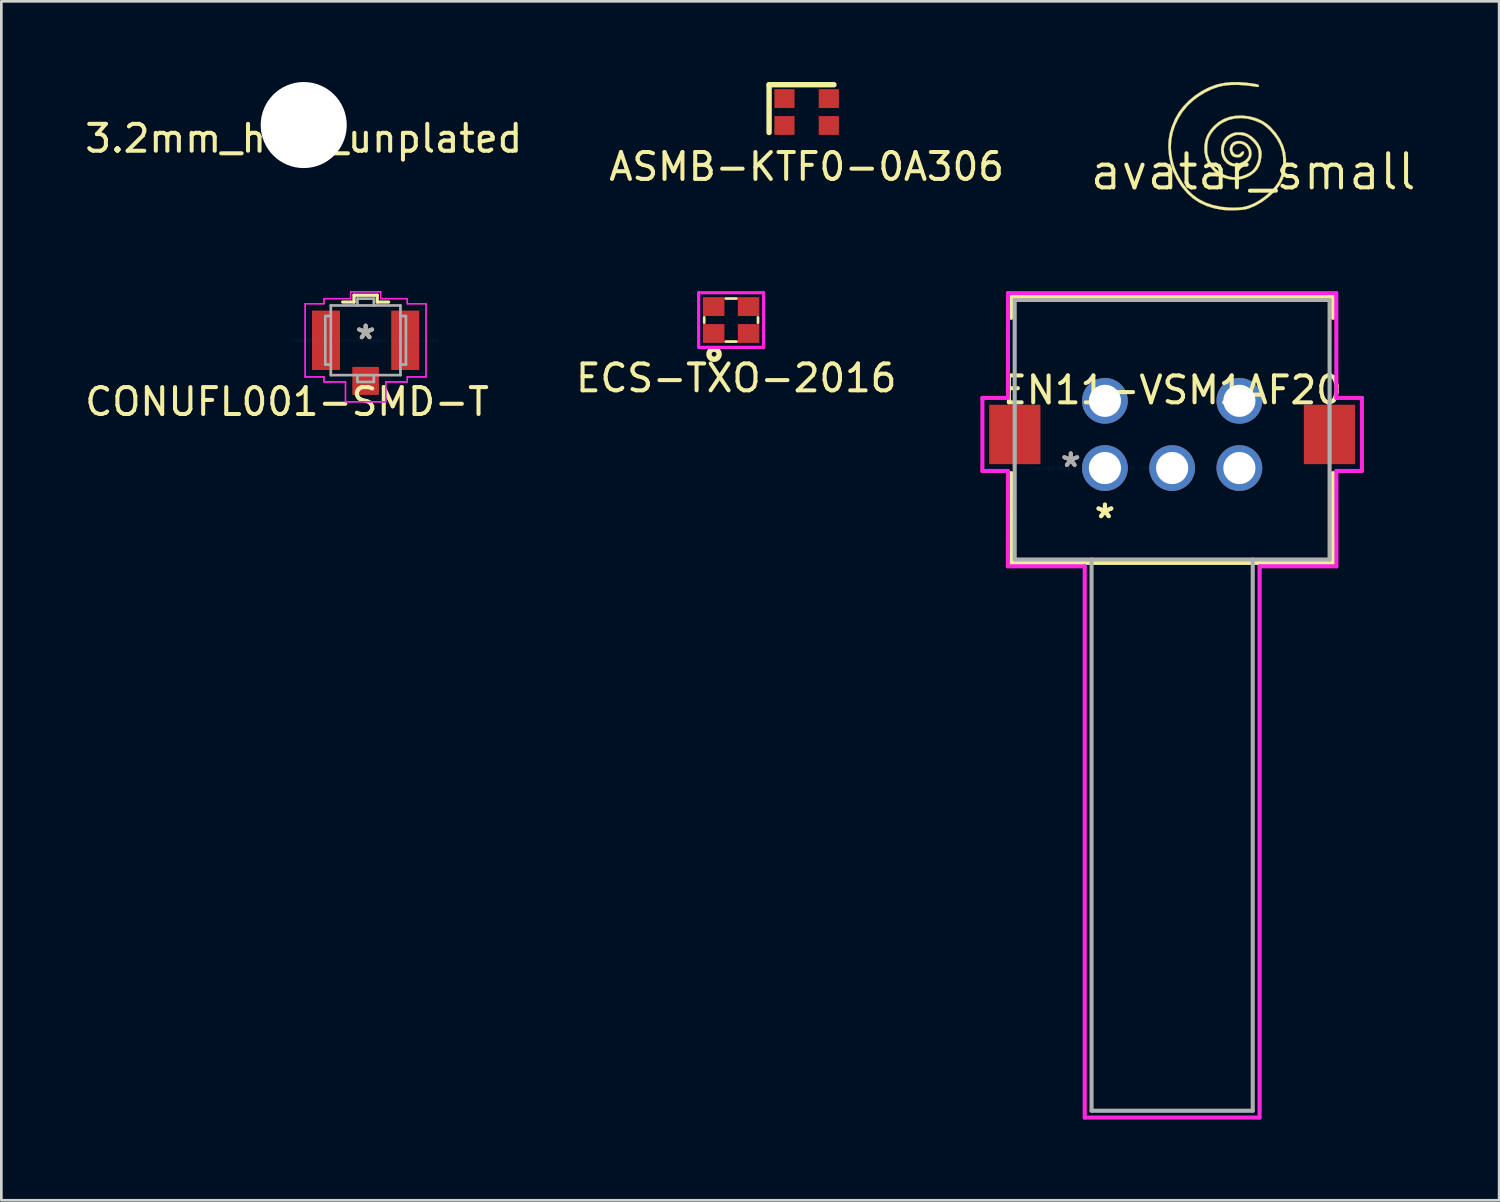
<source format=kicad_pcb>
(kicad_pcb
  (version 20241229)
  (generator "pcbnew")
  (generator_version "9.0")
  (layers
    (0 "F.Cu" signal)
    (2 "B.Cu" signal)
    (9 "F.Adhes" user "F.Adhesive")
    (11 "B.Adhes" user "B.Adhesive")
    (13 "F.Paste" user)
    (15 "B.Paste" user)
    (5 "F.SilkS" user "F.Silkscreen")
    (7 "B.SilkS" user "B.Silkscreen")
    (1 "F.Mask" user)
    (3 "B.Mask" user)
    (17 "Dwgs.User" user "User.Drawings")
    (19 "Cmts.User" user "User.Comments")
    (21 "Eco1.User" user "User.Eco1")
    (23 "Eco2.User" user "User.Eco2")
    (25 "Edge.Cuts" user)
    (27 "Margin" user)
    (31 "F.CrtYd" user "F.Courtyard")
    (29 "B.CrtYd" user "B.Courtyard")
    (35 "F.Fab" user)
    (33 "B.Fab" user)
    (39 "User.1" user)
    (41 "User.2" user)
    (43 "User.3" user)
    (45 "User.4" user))
  (footprint "avatar_small"
    (layer "F.Cu")
    (at 43.55 3.339)
    (property "Reference" "avatar_small" (at 0 0 0) (layer "F.SilkS") (effects (font (size 1.27 1.27) (thickness 0.15))))
    (attr through_hole)
    (fp_poly (pts (xy -0.247 -3.312) (xy -0.068 -3.289) (xy 0.045 -3.272) (xy 0.123 -3.259) (xy 0.172 -3.246) (xy 0.198 -3.232) (xy 0.209 -3.214) (xy 0.212 -3.191) (xy 0.207 -3.164) (xy 0.183 -3.156) (xy 0.132 -3.162) (xy -0.22 -3.21) (xy -0.544 -3.233) (xy -0.838 -3.231) (xy -1.101 -3.202) (xy -1.27 -3.166) (xy -1.516 -3.082) (xy -1.766 -2.964) (xy -2.008 -2.818) (xy -2.233 -2.651) (xy -2.43 -2.468) (xy -2.439 -2.459) (xy -2.625 -2.233) (xy -2.781 -1.987) (xy -2.905 -1.725) (xy -2.994 -1.454) (xy -3.047 -1.177) (xy -3.061 -0.902) (xy -3.051 -0.743) (xy -3.014 -0.495) (xy -2.958 -0.266) (xy -2.879 -0.047) (xy -2.772 0.173) (xy -2.634 0.405) (xy -2.623 0.423) (xy -2.451 0.652) (xy -2.255 0.847) (xy -2.032 1.01) (xy -1.783 1.139) (xy -1.507 1.236) (xy -1.205 1.3) (xy -0.876 1.332) (xy -0.726 1.335) (xy -0.521 1.329) (xy -0.343 1.305) (xy -0.177 1.261) (xy -0.008 1.193) (xy 0.053 1.164) (xy 0.229 1.064) (xy 0.404 0.943) (xy 0.569 0.807) (xy 0.718 0.663) (xy 0.844 0.517) (xy 0.939 0.375) (xy 0.963 0.331) (xy 1.025 0.19) (xy 1.068 0.053) (xy 1.096 -0.094) (xy 1.113 -0.264) (xy 1.116 -0.318) (xy 1.114 -0.54) (xy 1.083 -0.741) (xy 1.022 -0.936) (xy 0.974 -1.047) (xy 0.882 -1.212) (xy 0.768 -1.373) (xy 0.639 -1.524) (xy 0.502 -1.656) (xy 0.365 -1.761) (xy 0.274 -1.814) (xy 0.025 -1.916) (xy -0.221 -1.978) (xy -0.462 -2) (xy -0.695 -1.982) (xy -0.919 -1.925) (xy -1.131 -1.828) (xy -1.224 -1.77) (xy -1.36 -1.661) (xy -1.483 -1.529) (xy -1.585 -1.387) (xy -1.654 -1.249) (xy -1.684 -1.139) (xy -1.704 -1.005) (xy -1.712 -0.863) (xy -1.708 -0.728) (xy -1.693 -0.632) (xy -1.631 -0.446) (xy -1.535 -0.275) (xy -1.413 -0.126) (xy -1.268 0.001) (xy -1.106 0.1) (xy -0.932 0.167) (xy -0.751 0.201) (xy -0.567 0.196) (xy -0.545 0.193) (xy -0.409 0.159) (xy -0.27 0.107) (xy -0.143 0.042) (xy -0.04 -0.03) (xy -0.014 -0.055) (xy 0.085 -0.182) (xy 0.156 -0.331) (xy 0.199 -0.491) (xy 0.21 -0.654) (xy 0.188 -0.811) (xy 0.148 -0.921) (xy 0.088 -1.018) (xy 0.002 -1.12) (xy -0.097 -1.214) (xy -0.197 -1.287) (xy -0.24 -1.311) (xy -0.347 -1.348) (xy -0.471 -1.37) (xy -0.486 -1.371) (xy -0.573 -1.374) (xy -0.641 -1.366) (xy -0.712 -1.343) (xy -0.76 -1.322) (xy -0.895 -1.241) (xy -0.996 -1.135) (xy -1.063 -1.004) (xy -1.072 -0.976) (xy -1.096 -0.833) (xy -1.085 -0.696) (xy -1.044 -0.57) (xy -0.977 -0.462) (xy -0.886 -0.376) (xy -0.776 -0.319) (xy -0.651 -0.296) (xy -0.639 -0.296) (xy -0.523 -0.312) (xy -0.409 -0.354) (xy -0.306 -0.416) (xy -0.224 -0.493) (xy -0.171 -0.579) (xy -0.158 -0.621) (xy -0.157 -0.73) (xy -0.191 -0.833) (xy -0.254 -0.925) (xy -0.337 -0.996) (xy -0.436 -1.042) (xy -0.542 -1.054) (xy -0.578 -1.05) (xy -0.671 -1.016) (xy -0.737 -0.958) (xy -0.773 -0.884) (xy -0.774 -0.8) (xy -0.755 -0.747) (xy -0.708 -0.677) (xy -0.654 -0.641) (xy -0.59 -0.63) (xy -0.532 -0.639) (xy -0.483 -0.675) (xy -0.465 -0.695) (xy -0.422 -0.738) (xy -0.383 -0.761) (xy -0.374 -0.762) (xy -0.344 -0.748) (xy -0.342 -0.71) (xy -0.364 -0.657) (xy -0.4 -0.609) (xy -0.439 -0.57) (xy -0.477 -0.549) (xy -0.528 -0.541) (xy -0.589 -0.54) (xy -0.69 -0.549) (xy -0.761 -0.581) (xy -0.813 -0.641) (xy -0.839 -0.693) (xy -0.868 -0.804) (xy -0.861 -0.912) (xy -0.823 -1.007) (xy -0.756 -1.082) (xy -0.71 -1.109) (xy -0.589 -1.144) (xy -0.461 -1.143) (xy -0.335 -1.105) (xy -0.222 -1.034) (xy -0.204 -1.019) (xy -0.125 -0.919) (xy -0.077 -0.804) (xy -0.062 -0.682) (xy -0.078 -0.562) (xy -0.126 -0.452) (xy -0.206 -0.361) (xy -0.218 -0.351) (xy -0.344 -0.276) (xy -0.483 -0.226) (xy -0.626 -0.204) (xy -0.76 -0.212) (xy -0.847 -0.237) (xy -0.971 -0.312) (xy -1.07 -0.415) (xy -1.142 -0.54) (xy -1.183 -0.681) (xy -1.194 -0.831) (xy -1.172 -0.984) (xy -1.114 -1.133) (xy -1.107 -1.147) (xy -1.039 -1.249) (xy -0.955 -1.329) (xy -0.843 -1.397) (xy -0.804 -1.415) (xy -0.734 -1.444) (xy -0.666 -1.46) (xy -0.586 -1.466) (xy -0.512 -1.467) (xy -0.415 -1.463) (xy -0.342 -1.453) (xy -0.276 -1.433) (xy -0.198 -1.397) (xy -0.054 -1.307) (xy 0.074 -1.191) (xy 0.182 -1.056) (xy 0.261 -0.91) (xy 0.306 -0.763) (xy 0.308 -0.75) (xy 0.312 -0.658) (xy 0.302 -0.541) (xy 0.28 -0.416) (xy 0.249 -0.295) (xy 0.232 -0.245) (xy 0.158 -0.106) (xy 0.049 0.018) (xy -0.088 0.124) (xy -0.247 0.207) (xy -0.424 0.265) (xy -0.61 0.293) (xy -0.687 0.296) (xy -0.898 0.276) (xy -1.092 0.219) (xy -1.272 0.123) (xy -1.428 -0.002) (xy -1.584 -0.174) (xy -1.7 -0.361) (xy -1.777 -0.563) (xy -1.813 -0.77) (xy -1.812 -0.991) (xy -1.772 -1.198) (xy -1.692 -1.393) (xy -1.571 -1.576) (xy -1.463 -1.696) (xy -1.285 -1.849) (xy -1.092 -1.964) (xy -0.883 -2.041) (xy -0.654 -2.083) (xy -0.403 -2.09) (xy -0.392 -2.089) (xy -0.131 -2.059) (xy 0.112 -1.993) (xy 0.335 -1.894) (xy 0.534 -1.762) (xy 0.646 -1.662) (xy 0.844 -1.44) (xy 1 -1.209) (xy 1.115 -0.968) (xy 1.189 -0.72) (xy 1.221 -0.462) (xy 1.212 -0.197) (xy 1.208 -0.158) (xy 1.164 0.075) (xy 1.097 0.28) (xy 1.001 0.466) (xy 0.872 0.643) (xy 0.742 0.783) (xy 0.531 0.97) (xy 0.306 1.132) (xy 0.074 1.264) (xy -0.159 1.36) (xy -0.243 1.386) (xy -0.328 1.403) (xy -0.444 1.416) (xy -0.582 1.425) (xy -0.729 1.43) (xy -0.876 1.431) (xy -1.013 1.426) (xy -1.122 1.417) (xy -1.439 1.36) (xy -1.73 1.27) (xy -1.996 1.147) (xy -2.235 0.99) (xy -2.448 0.8) (xy -2.457 0.791) (xy -2.66 0.549) (xy -2.831 0.282) (xy -2.968 -0.005) (xy -3.069 -0.306) (xy -3.131 -0.617) (xy -3.154 -0.932) (xy -3.154 -0.945) (xy -3.14 -1.197) (xy -3.097 -1.443) (xy -3.022 -1.69) (xy -2.913 -1.949) (xy -2.899 -1.979) (xy -2.765 -2.212) (xy -2.595 -2.434) (xy -2.395 -2.642) (xy -2.169 -2.83) (xy -1.925 -2.993) (xy -1.668 -3.128) (xy -1.403 -3.23) (xy -1.307 -3.257) (xy -1.065 -3.307) (xy -0.812 -3.333) (xy -0.542 -3.334) (xy -0.247 -3.312)) (stroke (width 0.01) (type solid)) (fill yes) (layer "F.SilkS")))
  (footprint "ASMB-KTF0-0A306‎"
    (layer "F.Cu")
    (at 26.946 1.116)
    (property "Reference" "ASMB-KTF0-0A306‎" (at 0 2.032 0) (layer "F.SilkS") (effects (font (size 1 1) (thickness 0.15))))
    (attr through_hole)
    (fp_line (start -1.397 -1.016) (end 1.016 -1.016) (stroke (width 0.2) (type solid)) (layer "F.SilkS"))
    (fp_line (start -1.397 0.762) (end -1.397 -1.016) (stroke (width 0.2) (type solid)) (layer "F.SilkS"))
    (pad "1" smd rect (at -0.825 -0.5) (size 0.75 0.7) (layers "F.Cu" "F.Mask" "F.Paste"))
    (pad "2" smd rect (at -0.825 0.5) (size 0.75 0.7) (layers "F.Cu" "F.Mask" "F.Paste"))
    (pad "3" smd rect (at 0.825 0.5) (size 0.75 0.7) (layers "F.Cu" "F.Mask" "F.Paste"))
    (pad "4" smd rect (at 0.825 -0.5) (size 0.75 0.7) (layers "F.Cu" "F.Mask" "F.Paste")))
  (footprint "CONUFL001-SMD-T"
    (layer "F.Cu")
    (at 10.546 9.604)
    (property "Reference" "CONUFL001-SMD-T" (at -2.921 2.286 0) (layer "F.SilkS") (effects (font (size 1 1) (thickness 0.15))))
    (attr through_hole)
    (fp_line (start -0.432 -1.676) (end -0.432 -1.422) (stroke (width 0.12) (type solid)) (layer "F.SilkS"))
    (fp_line (start -0.432 -1.422) (end -0.853 -1.422) (stroke (width 0.12) (type solid)) (layer "F.SilkS"))
    (fp_line (start 0.432 -1.676) (end -0.432 -1.676) (stroke (width 0.12) (type solid)) (layer "F.SilkS"))
    (fp_line (start 0.432 -1.422) (end 0.432 -1.676) (stroke (width 0.12) (type solid)) (layer "F.SilkS"))
    (fp_line (start 0.853 -1.422) (end 0.432 -1.422) (stroke (width 0.12) (type solid)) (layer "F.SilkS"))
    (fp_line (start -2.248 -1.359) (end -2.248 1.359) (stroke (width 0.05) (type solid)) (layer "F.CrtYd"))
    (fp_line (start -2.248 -1.359) (end -2.248 1.359) (stroke (width 0.05) (type solid)) (layer "F.CrtYd"))
    (fp_line (start -2.248 1.359) (end -1.549 1.359) (stroke (width 0.05) (type solid)) (layer "F.CrtYd"))
    (fp_line (start -2.248 1.359) (end -1.549 1.359) (stroke (width 0.05) (type solid)) (layer "F.CrtYd"))
    (fp_line (start -1.549 -1.549) (end -1.549 -1.359) (stroke (width 0.05) (type solid)) (layer "F.CrtYd"))
    (fp_line (start -1.549 -1.549) (end -1.549 -1.359) (stroke (width 0.05) (type solid)) (layer "F.CrtYd"))
    (fp_line (start -1.549 -1.359) (end -2.248 -1.359) (stroke (width 0.05) (type solid)) (layer "F.CrtYd"))
    (fp_line (start -1.549 -1.359) (end -2.248 -1.359) (stroke (width 0.05) (type solid)) (layer "F.CrtYd"))
    (fp_line (start -1.549 1.359) (end -1.549 1.549) (stroke (width 0.05) (type solid)) (layer "F.CrtYd"))
    (fp_line (start -1.549 1.359) (end -1.549 1.549) (stroke (width 0.05) (type solid)) (layer "F.CrtYd"))
    (fp_line (start -1.549 1.549) (end -0.749 1.549) (stroke (width 0.05) (type solid)) (layer "F.CrtYd"))
    (fp_line (start -1.549 1.549) (end -0.749 1.549) (stroke (width 0.05) (type solid)) (layer "F.CrtYd"))
    (fp_line (start -0.749 1.549) (end -0.749 2.286) (stroke (width 0.05) (type solid)) (layer "F.CrtYd"))
    (fp_line (start -0.749 1.549) (end -0.749 2.286) (stroke (width 0.05) (type solid)) (layer "F.CrtYd"))
    (fp_line (start -0.749 2.286) (end 0.749 2.286) (stroke (width 0.05) (type solid)) (layer "F.CrtYd"))
    (fp_line (start -0.749 2.286) (end 0.749 2.286) (stroke (width 0.05) (type solid)) (layer "F.CrtYd"))
    (fp_line (start -0.559 -1.803) (end -0.559 -1.549) (stroke (width 0.05) (type solid)) (layer "F.CrtYd"))
    (fp_line (start -0.559 -1.803) (end -0.559 -1.549) (stroke (width 0.05) (type solid)) (layer "F.CrtYd"))
    (fp_line (start -0.559 -1.549) (end -1.549 -1.549) (stroke (width 0.05) (type solid)) (layer "F.CrtYd"))
    (fp_line (start -0.559 -1.549) (end -1.549 -1.549) (stroke (width 0.05) (type solid)) (layer "F.CrtYd"))
    (fp_line (start 0.559 -1.803) (end -0.559 -1.803) (stroke (width 0.05) (type solid)) (layer "F.CrtYd"))
    (fp_line (start 0.559 -1.803) (end -0.559 -1.803) (stroke (width 0.05) (type solid)) (layer "F.CrtYd"))
    (fp_line (start 0.559 -1.549) (end 0.559 -1.803) (stroke (width 0.05) (type solid)) (layer "F.CrtYd"))
    (fp_line (start 0.559 -1.549) (end 0.559 -1.803) (stroke (width 0.05) (type solid)) (layer "F.CrtYd"))
    (fp_line (start 0.749 1.549) (end 1.549 1.549) (stroke (width 0.05) (type solid)) (layer "F.CrtYd"))
    (fp_line (start 0.749 1.549) (end 1.549 1.549) (stroke (width 0.05) (type solid)) (layer "F.CrtYd"))
    (fp_line (start 0.749 2.286) (end 0.749 1.549) (stroke (width 0.05) (type solid)) (layer "F.CrtYd"))
    (fp_line (start 0.749 2.286) (end 0.749 1.549) (stroke (width 0.05) (type solid)) (layer "F.CrtYd"))
    (fp_line (start 1.549 -1.549) (end 0.559 -1.549) (stroke (width 0.05) (type solid)) (layer "F.CrtYd"))
    (fp_line (start 1.549 -1.549) (end 0.559 -1.549) (stroke (width 0.05) (type solid)) (layer "F.CrtYd"))
    (fp_line (start 1.549 -1.359) (end 1.549 -1.549) (stroke (width 0.05) (type solid)) (layer "F.CrtYd"))
    (fp_line (start 1.549 -1.359) (end 1.549 -1.549) (stroke (width 0.05) (type solid)) (layer "F.CrtYd"))
    (fp_line (start 1.549 1.359) (end 2.248 1.359) (stroke (width 0.05) (type solid)) (layer "F.CrtYd"))
    (fp_line (start 1.549 1.359) (end 2.248 1.359) (stroke (width 0.05) (type solid)) (layer "F.CrtYd"))
    (fp_line (start 1.549 1.549) (end 1.549 1.359) (stroke (width 0.05) (type solid)) (layer "F.CrtYd"))
    (fp_line (start 1.549 1.549) (end 1.549 1.359) (stroke (width 0.05) (type solid)) (layer "F.CrtYd"))
    (fp_line (start 2.248 -1.359) (end 1.549 -1.359) (stroke (width 0.05) (type solid)) (layer "F.CrtYd"))
    (fp_line (start 2.248 -1.359) (end 1.549 -1.359) (stroke (width 0.05) (type solid)) (layer "F.CrtYd"))
    (fp_line (start 2.248 1.359) (end 2.248 -1.359) (stroke (width 0.05) (type solid)) (layer "F.CrtYd"))
    (fp_line (start 2.248 1.359) (end 2.248 -1.359) (stroke (width 0.05) (type solid)) (layer "F.CrtYd"))
    (fp_line (start -1.499 -0.902) (end -1.295 -0.902) (stroke (width 0.1) (type solid)) (layer "F.Fab"))
    (fp_line (start -1.499 0.902) (end -1.499 -0.902) (stroke (width 0.1) (type solid)) (layer "F.Fab"))
    (fp_line (start -1.499 0.902) (end -1.295 0.902) (stroke (width 0.1) (type solid)) (layer "F.Fab"))
    (fp_line (start -1.295 -1.295) (end -1.295 1.295) (stroke (width 0.1) (type solid)) (layer "F.Fab"))
    (fp_line (start -1.295 1.295) (end 1.295 1.295) (stroke (width 0.1) (type solid)) (layer "F.Fab"))
    (fp_line (start -0.305 -1.549) (end 0.305 -1.549) (stroke (width 0.1) (type solid)) (layer "F.Fab"))
    (fp_line (start -0.305 -1.295) (end -0.305 -1.549) (stroke (width 0.1) (type solid)) (layer "F.Fab"))
    (fp_line (start -0.305 1.295) (end -0.305 1.549) (stroke (width 0.1) (type solid)) (layer "F.Fab"))
    (fp_line (start -0.305 1.549) (end 0.305 1.549) (stroke (width 0.1) (type solid)) (layer "F.Fab"))
    (fp_line (start 0.305 -1.549) (end 0.305 -1.295) (stroke (width 0.1) (type solid)) (layer "F.Fab"))
    (fp_line (start 0.305 1.549) (end 0.305 1.295) (stroke (width 0.1) (type solid)) (layer "F.Fab"))
    (fp_line (start 1.295 -1.295) (end -1.295 -1.295) (stroke (width 0.1) (type solid)) (layer "F.Fab"))
    (fp_line (start 1.295 -0.902) (end 1.499 -0.902) (stroke (width 0.1) (type solid)) (layer "F.Fab"))
    (fp_line (start 1.295 1.295) (end 1.295 -1.295) (stroke (width 0.1) (type solid)) (layer "F.Fab"))
    (fp_line (start 1.499 -0.902) (end 1.499 0.902) (stroke (width 0.1) (type solid)) (layer "F.Fab"))
    (fp_line (start 1.499 0.902) (end 1.295 0.902) (stroke (width 0.1) (type solid)) (layer "F.Fab"))
    (fp_text user "*" (at 0 0 0) (layer "F.SilkS") (effects (font (size 1 1) (thickness 0.15))))
    (fp_text user "Copyright 2021 Accelerated Designs. All rights reserved." (at 0 0 0) (layer "Cmts.User") (effects (font (size 0.127 0.127) (thickness 0.002))))
    (fp_text user "*" (at 0 0 0) (layer "F.Fab") (effects (font (size 1 1) (thickness 0.15))))
    (pad "1" smd rect (at 0 1.511) (size 0.991 1.041) (layers "F.Cu" "F.Mask" "F.Paste"))
    (pad "2" smd rect (at -1.473 0) (size 1.041 2.21) (layers "F.Cu" "F.Mask" "F.Paste"))
    (pad "2" smd rect (at 1.473 0) (size 1.041 2.21) (layers "F.Cu" "F.Mask" "F.Paste")))
  (footprint "3.2mm_hole_unplated"
    (layer "F.Cu")
    (at 8.244 1.6)
    (property "Reference" "3.2mm_hole_unplated" (at 0 0.5 0) (layer "F.SilkS") (effects (font (size 1 1) (thickness 0.15))))
    (attr through_hole)
    (pad "" np_thru_hole circle (at 0 0) (size 3.2 3.2) (drill 3.2) (layers "*.Cu" "*.Mask")))
  (footprint "EN11-VSM1AF20"
    (layer "F.Cu")
    (at 38.037 14.355)
    (property "Reference" "EN11-VSM1AF20" (at 2.5 -2.899 0) (layer "F.SilkS") (effects (font (size 1 1) (thickness 0.15))))
    (attr through_hole)
    (fp_line (start -3.482 -6.377) (end -3.482 -5.587) (stroke (width 0.152) (type solid)) (layer "F.SilkS"))
    (fp_line (start -3.482 0.188) (end -3.482 3.527) (stroke (width 0.152) (type solid)) (layer "F.SilkS"))
    (fp_line (start -3.482 3.527) (end 8.482 3.527) (stroke (width 0.152) (type solid)) (layer "F.SilkS"))
    (fp_line (start 0.667 -6.377) (end -3.482 -6.377) (stroke (width 0.152) (type solid)) (layer "F.SilkS"))
    (fp_line (start 5.667 -6.377) (end 0.667 -6.377) (stroke (width 0.152) (type solid)) (layer "F.SilkS"))
    (fp_line (start 8.482 -6.377) (end 5.667 -6.377) (stroke (width 0.152) (type solid)) (layer "F.SilkS"))
    (fp_line (start 8.482 -5.587) (end 8.482 -6.377) (stroke (width 0.152) (type solid)) (layer "F.SilkS"))
    (fp_line (start 8.482 3.527) (end 8.482 0.188) (stroke (width 0.152) (type solid)) (layer "F.SilkS"))
    (fp_line (start -4.556 -2.609) (end -4.556 0.109) (stroke (width 0.152) (type solid)) (layer "F.CrtYd"))
    (fp_line (start -4.556 0.109) (end -3.607 0.109) (stroke (width 0.152) (type solid)) (layer "F.CrtYd"))
    (fp_line (start -3.609 3.654) (end -0.751 3.654) (stroke (width 0.152) (type solid)) (layer "F.CrtYd"))
    (fp_line (start -3.607 0.109) (end -3.609 3.654) (stroke (width 0.152) (type solid)) (layer "F.CrtYd"))
    (fp_line (start -3.606 -2.609) (end -4.556 -2.609) (stroke (width 0.152) (type solid)) (layer "F.CrtYd"))
    (fp_line (start -3.604 -6.504) (end -3.606 -2.609) (stroke (width 0.152) (type solid)) (layer "F.CrtYd"))
    (fp_line (start -0.751 3.654) (end -0.751 24.152) (stroke (width 0.152) (type solid)) (layer "F.CrtYd"))
    (fp_line (start -0.751 24.152) (end 5.751 24.152) (stroke (width 0.152) (type solid)) (layer "F.CrtYd"))
    (fp_line (start 5.751 3.654) (end 8.609 3.654) (stroke (width 0.152) (type solid)) (layer "F.CrtYd"))
    (fp_line (start 5.751 24.152) (end 5.751 3.654) (stroke (width 0.152) (type solid)) (layer "F.CrtYd"))
    (fp_line (start 8.604 -6.504) (end -3.604 -6.504) (stroke (width 0.152) (type solid)) (layer "F.CrtYd"))
    (fp_line (start 8.606 -2.609) (end 8.604 -6.504) (stroke (width 0.152) (type solid)) (layer "F.CrtYd"))
    (fp_line (start 8.607 0.109) (end 9.556 0.109) (stroke (width 0.152) (type solid)) (layer "F.CrtYd"))
    (fp_line (start 8.609 3.654) (end 8.607 0.109) (stroke (width 0.152) (type solid)) (layer "F.CrtYd"))
    (fp_line (start 9.556 -2.609) (end 8.606 -2.609) (stroke (width 0.152) (type solid)) (layer "F.CrtYd"))
    (fp_line (start 9.556 0.109) (end 9.556 -2.609) (stroke (width 0.152) (type solid)) (layer "F.CrtYd"))
    (fp_line (start -3.355 -6.25) (end -3.355 3.4) (stroke (width 0.152) (type solid)) (layer "F.Fab"))
    (fp_line (start -3.355 3.4) (end 8.355 3.4) (stroke (width 0.152) (type solid)) (layer "F.Fab"))
    (fp_line (start -0.497 3.4) (end -0.497 23.898) (stroke (width 0.152) (type solid)) (layer "F.Fab"))
    (fp_line (start -0.497 23.898) (end 5.497 23.898) (stroke (width 0.152) (type solid)) (layer "F.Fab"))
    (fp_line (start 5.497 3.4) (end 5.497 23.898) (stroke (width 0.152) (type solid)) (layer "F.Fab"))
    (fp_line (start 8.355 -6.25) (end -3.355 -6.25) (stroke (width 0.152) (type solid)) (layer "F.Fab"))
    (fp_line (start 8.355 3.4) (end 8.355 -6.25) (stroke (width 0.152) (type solid)) (layer "F.Fab"))
    (fp_text user "*" (at 0 1.905 0) (layer "F.SilkS") (effects (font (size 1 1) (thickness 0.15))))
    (fp_text user "*" (at 0 1.905 0) (layer "F.SilkS") (effects (font (size 1 1) (thickness 0.15))))
    (fp_text user "Copyright 2016 Accelerated Designs. All rights reserved." (at 0 0 0) (layer "Cmts.User") (effects (font (size 0.127 0.127) (thickness 0.002))))
    (fp_text user "*" (at -1.27 0 0) (layer "F.Fab") (effects (font (size 1 1) (thickness 0.15))))
    (fp_text user "*" (at -1.27 0 0) (layer "F.Fab") (effects (font (size 1 1) (thickness 0.15))))
    (pad "6" smd rect (at -3.35 -1.25) (size 1.905 2.21) (layers "F.Cu" "F.Mask" "F.Paste"))
    (pad "7" smd rect (at 8.35 -1.25) (size 1.905 2.21) (layers "F.Cu" "F.Mask" "F.Paste"))
    (pad "A" thru_hole circle (at 0 0) (size 1.702 1.702) (drill 1.194) (layers "*.Cu" "*.Mask"))
    (pad "B" thru_hole circle (at 5 0) (size 1.702 1.702) (drill 1.194) (layers "*.Cu" "*.Mask"))
    (pad "C" thru_hole circle (at 2.5 0) (size 1.702 1.702) (drill 1.194) (layers "*.Cu" "*.Mask"))
    (pad "D" thru_hole circle (at 0 -2.5) (size 1.702 1.702) (drill 1.194) (layers "*.Cu" "*.Mask"))
    (pad "E" thru_hole circle (at 5 -2.5) (size 1.702 1.702) (drill 1.194) (layers "*.Cu" "*.Mask")))
  (footprint "ECS-TXO-2016"
    (layer "F.Cu")
    (at 24.137 8.851)
    (property "Reference" "ECS-TXO-2016" (at 0.191 2.159 0) (layer "F.SilkS") (effects (font (size 1 1) (thickness 0.15))))
    (attr through_hole)
    (fp_line (start -1 0.1) (end -1 -0.1) (stroke (width 0.1) (type solid)) (layer "F.SilkS"))
    (fp_line (start -0.2 -0.8) (end 0.2 -0.8) (stroke (width 0.1) (type solid)) (layer "F.SilkS"))
    (fp_line (start 0.2 0.8) (end -0.2 0.8) (stroke (width 0.1) (type solid)) (layer "F.SilkS"))
    (fp_line (start 1 -0.1) (end 1 0.1) (stroke (width 0.1) (type solid)) (layer "F.SilkS"))
    (fp_circle (center -0.635 1.27) (end -0.572 1.333) (stroke (width 0.2) (type solid)) (fill no) (layer "F.SilkS"))
    (fp_line (start -1.206 -1.016) (end -1.206 1.016) (stroke (width 0.12) (type solid)) (layer "F.CrtYd"))
    (fp_line (start -1.206 1.016) (end 1.206 1.016) (stroke (width 0.12) (type solid)) (layer "F.CrtYd"))
    (fp_line (start 1.206 -1.016) (end -1.206 -1.016) (stroke (width 0.12) (type solid)) (layer "F.CrtYd"))
    (fp_line (start 1.206 1.016) (end 1.206 -1.016) (stroke (width 0.12) (type solid)) (layer "F.CrtYd"))
    (pad "1" smd rect (at -0.65 0.5) (size 0.8 0.7) (layers "F.Cu" "F.Mask" "F.Paste"))
    (pad "2" smd rect (at 0.65 0.5) (size 0.8 0.7) (layers "F.Cu" "F.Mask" "F.Paste"))
    (pad "3" smd rect (at 0.65 -0.5) (size 0.8 0.7) (layers "F.Cu" "F.Mask" "F.Paste"))
    (pad "4" smd rect (at -0.65 -0.5) (size 0.8 0.7) (layers "F.Cu" "F.Mask" "F.Paste")))
  (gr_rect
    (start -3 -3)
    (end 52.696 41.584)
    (stroke (width 0.1) (type default))
    (fill no)
    (layer "Edge.Cuts")))
</source>
